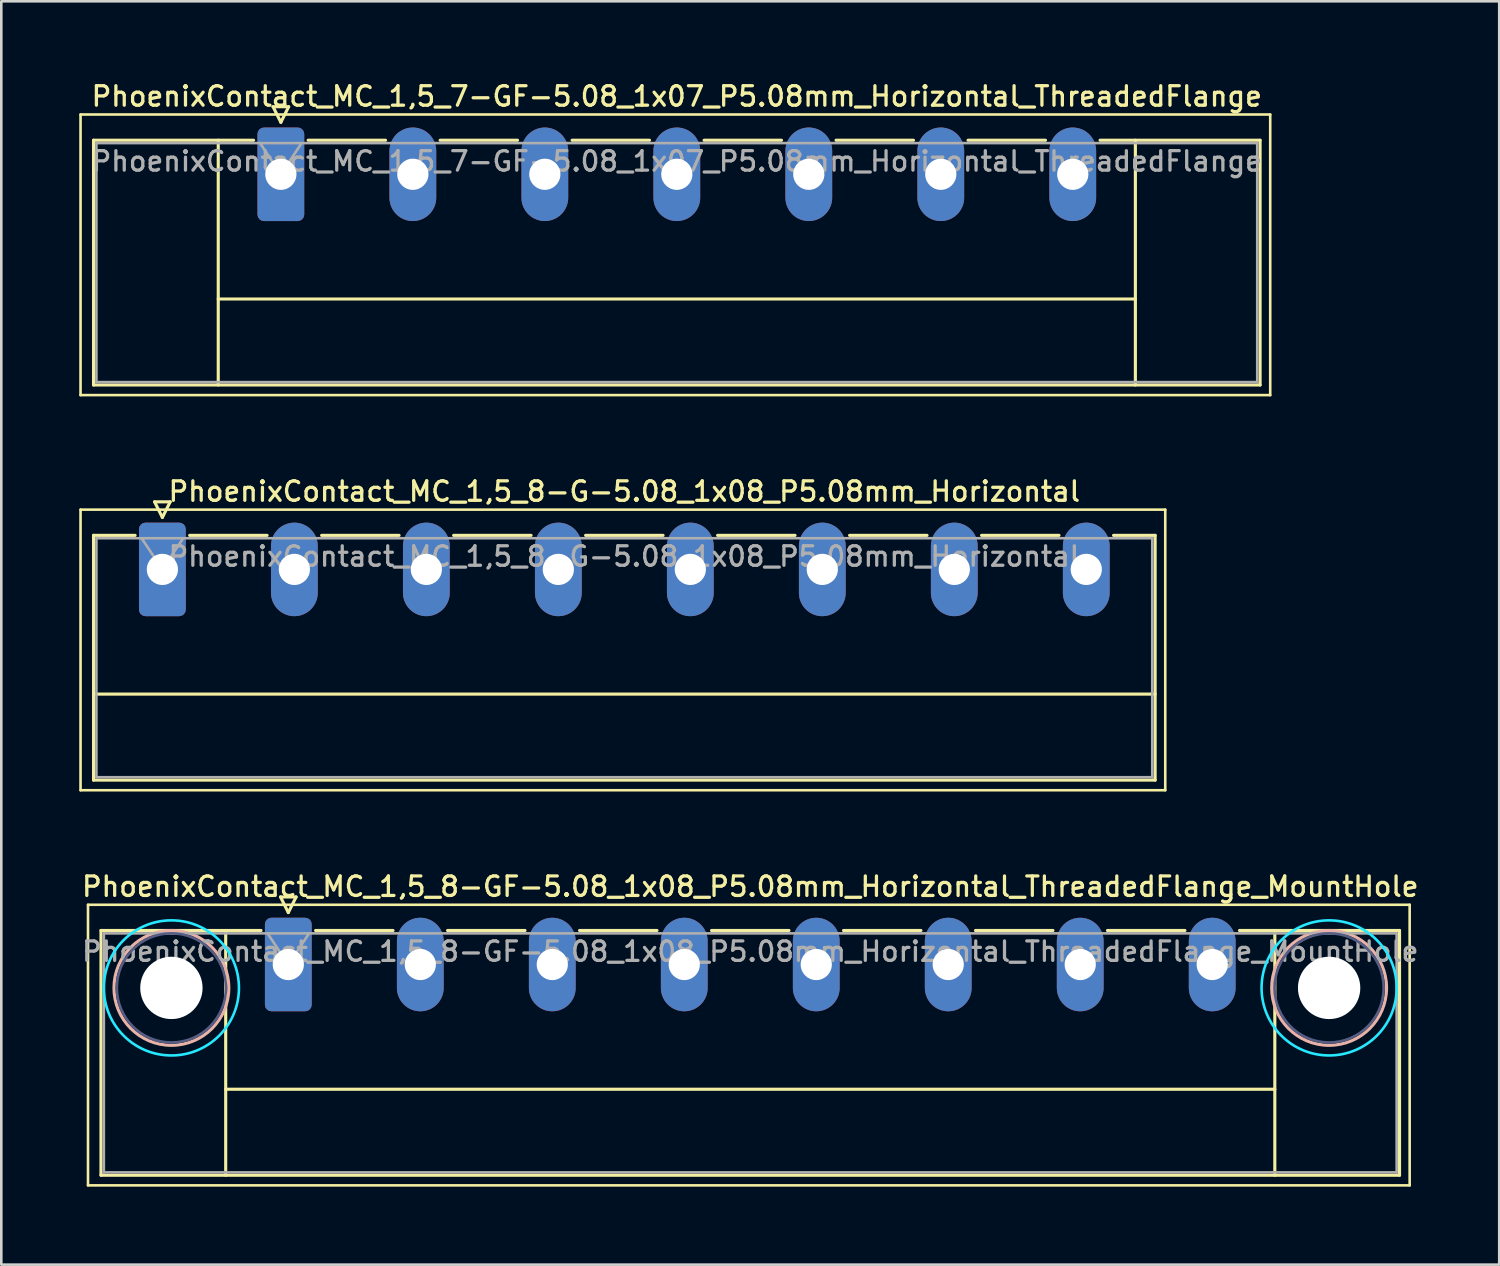
<source format=kicad_pcb>
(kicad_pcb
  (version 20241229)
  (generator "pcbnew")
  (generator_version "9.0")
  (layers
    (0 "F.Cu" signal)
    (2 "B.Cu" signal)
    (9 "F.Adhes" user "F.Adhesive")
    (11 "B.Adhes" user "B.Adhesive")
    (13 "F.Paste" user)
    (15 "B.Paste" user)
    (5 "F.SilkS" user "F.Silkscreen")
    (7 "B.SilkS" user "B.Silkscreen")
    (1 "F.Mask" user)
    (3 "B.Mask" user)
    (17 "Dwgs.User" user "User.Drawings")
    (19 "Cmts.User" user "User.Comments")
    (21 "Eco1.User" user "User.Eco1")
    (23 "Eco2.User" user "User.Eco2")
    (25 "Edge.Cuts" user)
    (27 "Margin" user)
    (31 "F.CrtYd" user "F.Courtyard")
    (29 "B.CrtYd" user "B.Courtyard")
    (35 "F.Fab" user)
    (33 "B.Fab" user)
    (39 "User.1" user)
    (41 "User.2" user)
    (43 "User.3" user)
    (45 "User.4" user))
  (footprint "PhoenixContact_MC_1,5_7-GF-5.08_1x07_P5.08mm_Horizontal_ThreadedFlange"
    (layer "F.Cu")
    (at 7.76 3.658)
    (property "Reference" "PhoenixContact_MC_1,5_7-GF-5.08_1x07_P5.08mm_Horizontal_ThreadedFlange" (at 15.24 -3 0) (layer "F.SilkS") (effects (font (size 0.75 0.75) (thickness 0.125))))
    (attr through_hole)
    (fp_line (start -7.71 -2.3) (end -7.71 8.5) (stroke (width 0.1) (type solid)) (layer "F.SilkS"))
    (fp_line (start -7.71 8.5) (end 38.08 8.5) (stroke (width 0.1) (type solid)) (layer "F.SilkS"))
    (fp_line (start -7.21 -1.31) (end -7.21 8.11) (stroke (width 0.12) (type solid)) (layer "F.SilkS"))
    (fp_line (start -7.21 -1.31) (end -1.05 -1.31) (stroke (width 0.12) (type solid)) (layer "F.SilkS"))
    (fp_line (start -7.21 8.11) (end 37.69 8.11) (stroke (width 0.12) (type solid)) (layer "F.SilkS"))
    (fp_line (start -2.41 -1.31) (end -2.41 8.11) (stroke (width 0.12) (type solid)) (layer "F.SilkS"))
    (fp_line (start -2.41 4.8) (end 32.89 4.8) (stroke (width 0.12) (type solid)) (layer "F.SilkS"))
    (fp_line (start -0.3 -2.6) (end 0.3 -2.6) (stroke (width 0.12) (type solid)) (layer "F.SilkS"))
    (fp_line (start 0 -2) (end -0.3 -2.6) (stroke (width 0.12) (type solid)) (layer "F.SilkS"))
    (fp_line (start 0.3 -2.6) (end 0 -2) (stroke (width 0.12) (type solid)) (layer "F.SilkS"))
    (fp_line (start 1.05 -1.31) (end 4.03 -1.31) (stroke (width 0.12) (type solid)) (layer "F.SilkS"))
    (fp_line (start 6.13 -1.31) (end 9.11 -1.31) (stroke (width 0.12) (type solid)) (layer "F.SilkS"))
    (fp_line (start 11.21 -1.31) (end 14.19 -1.31) (stroke (width 0.12) (type solid)) (layer "F.SilkS"))
    (fp_line (start 16.29 -1.31) (end 19.27 -1.31) (stroke (width 0.12) (type solid)) (layer "F.SilkS"))
    (fp_line (start 21.37 -1.31) (end 24.35 -1.31) (stroke (width 0.12) (type solid)) (layer "F.SilkS"))
    (fp_line (start 26.45 -1.31) (end 29.43 -1.31) (stroke (width 0.12) (type solid)) (layer "F.SilkS"))
    (fp_line (start 32.89 -1.31) (end 32.89 8.11) (stroke (width 0.12) (type solid)) (layer "F.SilkS"))
    (fp_line (start 37.69 -1.31) (end 31.53 -1.31) (stroke (width 0.12) (type solid)) (layer "F.SilkS"))
    (fp_line (start 37.69 8.11) (end 37.69 -1.31) (stroke (width 0.12) (type solid)) (layer "F.SilkS"))
    (fp_line (start 38.08 -2.3) (end -7.71 -2.3) (stroke (width 0.1) (type solid)) (layer "F.SilkS"))
    (fp_line (start 38.08 8.5) (end 38.08 -2.3) (stroke (width 0.1) (type solid)) (layer "F.SilkS"))
    (fp_line (start -7.1 -1.2) (end -7.1 8) (stroke (width 0.1) (type solid)) (layer "F.Fab"))
    (fp_line (start -7.1 8) (end 37.58 8) (stroke (width 0.1) (type solid)) (layer "F.Fab"))
    (fp_line (start 0 0) (end -0.8 -1.2) (stroke (width 0.1) (type solid)) (layer "F.Fab"))
    (fp_line (start 0.8 -1.2) (end 0 0) (stroke (width 0.1) (type solid)) (layer "F.Fab"))
    (fp_line (start 37.58 -1.2) (end -7.1 -1.2) (stroke (width 0.1) (type solid)) (layer "F.Fab"))
    (fp_line (start 37.58 8) (end 37.58 -1.2) (stroke (width 0.1) (type solid)) (layer "F.Fab"))
    (fp_text user "${REFERENCE}" (at 15.24 -0.5 0) (layer "F.Fab") (effects (font (size 0.75 0.75) (thickness 0.125))))
    (pad "1" thru_hole roundrect (at 0 0) (size 1.8 3.6) (drill 1.2) (layers "*.Cu" "*.Mask") (roundrect_rratio 0.139))
    (pad "2" thru_hole oval (at 5.08 0) (size 1.8 3.6) (drill 1.2) (layers "*.Cu" "*.Mask"))
    (pad "3" thru_hole oval (at 10.16 0) (size 1.8 3.6) (drill 1.2) (layers "*.Cu" "*.Mask"))
    (pad "4" thru_hole oval (at 15.24 0) (size 1.8 3.6) (drill 1.2) (layers "*.Cu" "*.Mask"))
    (pad "5" thru_hole oval (at 20.32 0) (size 1.8 3.6) (drill 1.2) (layers "*.Cu" "*.Mask"))
    (pad "6" thru_hole oval (at 25.4 0) (size 1.8 3.6) (drill 1.2) (layers "*.Cu" "*.Mask"))
    (pad "7" thru_hole oval (at 30.48 0) (size 1.8 3.6) (drill 1.2) (layers "*.Cu" "*.Mask")))
  (footprint "PhoenixContact_MC_1,5_8-GF-5.08_1x08_P5.08mm_Horizontal_ThreadedFlange_MountHole"
    (layer "F.Cu")
    (at 8.047 34.074)
    (property "Reference" "PhoenixContact_MC_1,5_8-GF-5.08_1x08_P5.08mm_Horizontal_ThreadedFlange_MountHole" (at 17.78 -3 0) (layer "F.SilkS") (effects (font (size 0.75 0.75) (thickness 0.125))))
    (attr through_hole)
    (fp_line (start -7.71 -2.3) (end -7.71 8.5) (stroke (width 0.1) (type solid)) (layer "F.SilkS"))
    (fp_line (start -7.71 8.5) (end 43.16 8.5) (stroke (width 0.1) (type solid)) (layer "F.SilkS"))
    (fp_line (start -7.21 -1.31) (end -7.21 8.11) (stroke (width 0.12) (type solid)) (layer "F.SilkS"))
    (fp_line (start -7.21 -1.31) (end -1.05 -1.31) (stroke (width 0.12) (type solid)) (layer "F.SilkS"))
    (fp_line (start -7.21 8.11) (end 42.77 8.11) (stroke (width 0.12) (type solid)) (layer "F.SilkS"))
    (fp_line (start -2.41 -1.31) (end -2.41 8.11) (stroke (width 0.12) (type solid)) (layer "F.SilkS"))
    (fp_line (start -2.41 4.8) (end 37.97 4.8) (stroke (width 0.12) (type solid)) (layer "F.SilkS"))
    (fp_line (start -0.3 -2.6) (end 0.3 -2.6) (stroke (width 0.12) (type solid)) (layer "F.SilkS"))
    (fp_line (start 0 -2) (end -0.3 -2.6) (stroke (width 0.12) (type solid)) (layer "F.SilkS"))
    (fp_line (start 0.3 -2.6) (end 0 -2) (stroke (width 0.12) (type solid)) (layer "F.SilkS"))
    (fp_line (start 1.05 -1.31) (end 4.03 -1.31) (stroke (width 0.12) (type solid)) (layer "F.SilkS"))
    (fp_line (start 6.13 -1.31) (end 9.11 -1.31) (stroke (width 0.12) (type solid)) (layer "F.SilkS"))
    (fp_line (start 11.21 -1.31) (end 14.19 -1.31) (stroke (width 0.12) (type solid)) (layer "F.SilkS"))
    (fp_line (start 16.29 -1.31) (end 19.27 -1.31) (stroke (width 0.12) (type solid)) (layer "F.SilkS"))
    (fp_line (start 21.37 -1.31) (end 24.35 -1.31) (stroke (width 0.12) (type solid)) (layer "F.SilkS"))
    (fp_line (start 26.45 -1.31) (end 29.43 -1.31) (stroke (width 0.12) (type solid)) (layer "F.SilkS"))
    (fp_line (start 31.53 -1.31) (end 34.51 -1.31) (stroke (width 0.12) (type solid)) (layer "F.SilkS"))
    (fp_line (start 37.97 -1.31) (end 37.97 8.11) (stroke (width 0.12) (type solid)) (layer "F.SilkS"))
    (fp_line (start 42.77 -1.31) (end 36.61 -1.31) (stroke (width 0.12) (type solid)) (layer "F.SilkS"))
    (fp_line (start 42.77 8.11) (end 42.77 -1.31) (stroke (width 0.12) (type solid)) (layer "F.SilkS"))
    (fp_line (start 43.16 -2.3) (end -7.71 -2.3) (stroke (width 0.1) (type solid)) (layer "F.SilkS"))
    (fp_line (start 43.16 8.5) (end 43.16 -2.3) (stroke (width 0.1) (type solid)) (layer "F.SilkS"))
    (fp_circle (center -4.5 0.9) (end -2.29 0.9) (stroke (width 0.12) (type solid)) (fill no) (layer "B.SilkS"))
    (fp_circle (center 40.06 0.9) (end 42.27 0.9) (stroke (width 0.12) (type solid)) (fill no) (layer "B.SilkS"))
    (fp_circle (center -4.5 0.9) (end -1.9 0.9) (stroke (width 0.1) (type solid)) (fill no) (layer "B.CrtYd"))
    (fp_circle (center 40.06 0.9) (end 42.66 0.9) (stroke (width 0.1) (type solid)) (fill no) (layer "B.CrtYd"))
    (fp_circle (center -4.5 0.9) (end -2.4 0.9) (stroke (width 0.1) (type solid)) (fill no) (layer "B.Fab"))
    (fp_circle (center 40.06 0.9) (end 42.16 0.9) (stroke (width 0.1) (type solid)) (fill no) (layer "B.Fab"))
    (fp_line (start -7.1 -1.2) (end -7.1 8) (stroke (width 0.1) (type solid)) (layer "F.Fab"))
    (fp_line (start -7.1 8) (end 42.66 8) (stroke (width 0.1) (type solid)) (layer "F.Fab"))
    (fp_line (start 0 0) (end -0.8 -1.2) (stroke (width 0.1) (type solid)) (layer "F.Fab"))
    (fp_line (start 0.8 -1.2) (end 0 0) (stroke (width 0.1) (type solid)) (layer "F.Fab"))
    (fp_line (start 42.66 -1.2) (end -7.1 -1.2) (stroke (width 0.1) (type solid)) (layer "F.Fab"))
    (fp_line (start 42.66 8) (end 42.66 -1.2) (stroke (width 0.1) (type solid)) (layer "F.Fab"))
    (fp_text user "${REFERENCE}" (at 17.78 -0.5 0) (layer "F.Fab") (effects (font (size 0.75 0.75) (thickness 0.125))))
    (pad "" np_thru_hole circle (at -4.5 0.9) (size 2.4 2.4) (drill 2.4) (layers "*.Cu" "*.Mask"))
    (pad "" np_thru_hole circle (at 40.06 0.9) (size 2.4 2.4) (drill 2.4) (layers "*.Cu" "*.Mask"))
    (pad "1" thru_hole roundrect (at 0 0) (size 1.8 3.6) (drill 1.2) (layers "*.Cu" "*.Mask") (roundrect_rratio 0.139))
    (pad "2" thru_hole oval (at 5.08 0) (size 1.8 3.6) (drill 1.2) (layers "*.Cu" "*.Mask"))
    (pad "3" thru_hole oval (at 10.16 0) (size 1.8 3.6) (drill 1.2) (layers "*.Cu" "*.Mask"))
    (pad "4" thru_hole oval (at 15.24 0) (size 1.8 3.6) (drill 1.2) (layers "*.Cu" "*.Mask"))
    (pad "5" thru_hole oval (at 20.32 0) (size 1.8 3.6) (drill 1.2) (layers "*.Cu" "*.Mask"))
    (pad "6" thru_hole oval (at 25.4 0) (size 1.8 3.6) (drill 1.2) (layers "*.Cu" "*.Mask"))
    (pad "7" thru_hole oval (at 30.48 0) (size 1.8 3.6) (drill 1.2) (layers "*.Cu" "*.Mask"))
    (pad "8" thru_hole oval (at 35.56 0) (size 1.8 3.6) (drill 1.2) (layers "*.Cu" "*.Mask")))
  (footprint "PhoenixContact_MC_1,5_8-G-5.08_1x08_P5.08mm_Horizontal"
    (layer "F.Cu")
    (at 3.2 18.866)
    (property "Reference" "PhoenixContact_MC_1,5_8-G-5.08_1x08_P5.08mm_Horizontal" (at 17.78 -3 0) (layer "F.SilkS") (effects (font (size 0.75 0.75) (thickness 0.125))))
    (attr through_hole)
    (fp_line (start -3.15 -2.3) (end -3.15 8.5) (stroke (width 0.1) (type solid)) (layer "F.SilkS"))
    (fp_line (start -3.15 8.5) (end 38.6 8.5) (stroke (width 0.1) (type solid)) (layer "F.SilkS"))
    (fp_line (start -2.65 -1.31) (end -2.65 8.11) (stroke (width 0.12) (type solid)) (layer "F.SilkS"))
    (fp_line (start -2.65 -1.31) (end -1.05 -1.31) (stroke (width 0.12) (type solid)) (layer "F.SilkS"))
    (fp_line (start -2.65 4.8) (end 38.21 4.8) (stroke (width 0.12) (type solid)) (layer "F.SilkS"))
    (fp_line (start -2.65 8.11) (end 38.21 8.11) (stroke (width 0.12) (type solid)) (layer "F.SilkS"))
    (fp_line (start -0.3 -2.6) (end 0.3 -2.6) (stroke (width 0.12) (type solid)) (layer "F.SilkS"))
    (fp_line (start 0 -2) (end -0.3 -2.6) (stroke (width 0.12) (type solid)) (layer "F.SilkS"))
    (fp_line (start 0.3 -2.6) (end 0 -2) (stroke (width 0.12) (type solid)) (layer "F.SilkS"))
    (fp_line (start 1.05 -1.31) (end 4.03 -1.31) (stroke (width 0.12) (type solid)) (layer "F.SilkS"))
    (fp_line (start 6.13 -1.31) (end 9.11 -1.31) (stroke (width 0.12) (type solid)) (layer "F.SilkS"))
    (fp_line (start 11.21 -1.31) (end 14.19 -1.31) (stroke (width 0.12) (type solid)) (layer "F.SilkS"))
    (fp_line (start 16.29 -1.31) (end 19.27 -1.31) (stroke (width 0.12) (type solid)) (layer "F.SilkS"))
    (fp_line (start 21.37 -1.31) (end 24.35 -1.31) (stroke (width 0.12) (type solid)) (layer "F.SilkS"))
    (fp_line (start 26.45 -1.31) (end 29.43 -1.31) (stroke (width 0.12) (type solid)) (layer "F.SilkS"))
    (fp_line (start 31.53 -1.31) (end 34.51 -1.31) (stroke (width 0.12) (type solid)) (layer "F.SilkS"))
    (fp_line (start 38.21 -1.31) (end 36.61 -1.31) (stroke (width 0.12) (type solid)) (layer "F.SilkS"))
    (fp_line (start 38.21 8.11) (end 38.21 -1.31) (stroke (width 0.12) (type solid)) (layer "F.SilkS"))
    (fp_line (start 38.6 -2.3) (end -3.15 -2.3) (stroke (width 0.1) (type solid)) (layer "F.SilkS"))
    (fp_line (start 38.6 8.5) (end 38.6 -2.3) (stroke (width 0.1) (type solid)) (layer "F.SilkS"))
    (fp_line (start -2.54 -1.2) (end -2.54 8) (stroke (width 0.1) (type solid)) (layer "F.Fab"))
    (fp_line (start -2.54 8) (end 38.1 8) (stroke (width 0.1) (type solid)) (layer "F.Fab"))
    (fp_line (start 0 0) (end -0.8 -1.2) (stroke (width 0.1) (type solid)) (layer "F.Fab"))
    (fp_line (start 0.8 -1.2) (end 0 0) (stroke (width 0.1) (type solid)) (layer "F.Fab"))
    (fp_line (start 38.1 -1.2) (end -2.54 -1.2) (stroke (width 0.1) (type solid)) (layer "F.Fab"))
    (fp_line (start 38.1 8) (end 38.1 -1.2) (stroke (width 0.1) (type solid)) (layer "F.Fab"))
    (fp_text user "${REFERENCE}" (at 17.78 -0.5 0) (layer "F.Fab") (effects (font (size 0.75 0.75) (thickness 0.125))))
    (pad "1" thru_hole roundrect (at 0 0) (size 1.8 3.6) (drill 1.2) (layers "*.Cu" "*.Mask") (roundrect_rratio 0.139))
    (pad "2" thru_hole oval (at 5.08 0) (size 1.8 3.6) (drill 1.2) (layers "*.Cu" "*.Mask"))
    (pad "3" thru_hole oval (at 10.16 0) (size 1.8 3.6) (drill 1.2) (layers "*.Cu" "*.Mask"))
    (pad "4" thru_hole oval (at 15.24 0) (size 1.8 3.6) (drill 1.2) (layers "*.Cu" "*.Mask"))
    (pad "5" thru_hole oval (at 20.32 0) (size 1.8 3.6) (drill 1.2) (layers "*.Cu" "*.Mask"))
    (pad "6" thru_hole oval (at 25.4 0) (size 1.8 3.6) (drill 1.2) (layers "*.Cu" "*.Mask"))
    (pad "7" thru_hole oval (at 30.48 0) (size 1.8 3.6) (drill 1.2) (layers "*.Cu" "*.Mask"))
    (pad "8" thru_hole oval (at 35.56 0) (size 1.8 3.6) (drill 1.2) (layers "*.Cu" "*.Mask")))
  (gr_rect
    (start -3 -3)
    (end 54.654 45.624)
    (stroke (width 0.1) (type default))
    (fill no)
    (layer "Edge.Cuts")))
</source>
